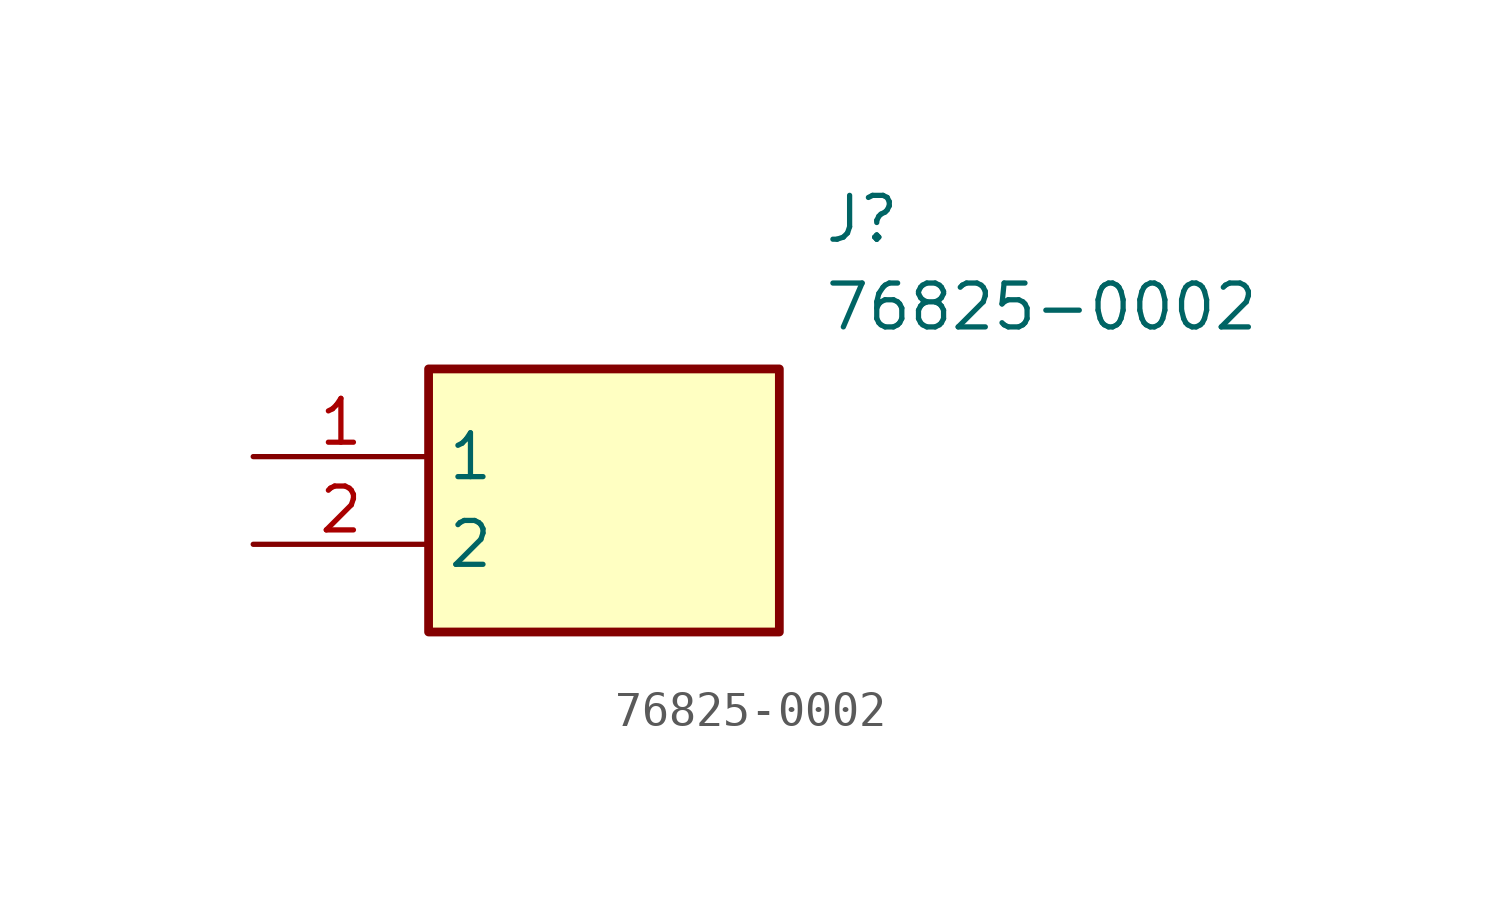
<source format=kicad_sym>
(kicad_symbol_lib
  (version 20211014)
  (generator SamacSys_ECAD_Model)
  (symbol "76825-0002"
    (property "Reference" "J"
      (at 16.51 7.62 0)
      (effects (font (size 1.27 1.27)) (justify left top)))
    (property "Value" "76825-0002"
      (at 16.51 5.08 0)
      (effects (font (size 1.27 1.27)) (justify left top)))
    (rectangle
      (start 5.08 2.54)
      (end 15.24 -5.08)
      (stroke (width 0.254) (type default))
      (fill (type background)))
    (pin passive line
      (at 0 0 0)
      (length 5.08)
      (name "1" (effects (font (size 1.27 1.27))))
      (number "1" (effects (font (size 1.27 1.27)))))
    (pin passive line
      (at 0 -2.54 0)
      (length 5.08)
      (name "2" (effects (font (size 1.27 1.27))))
      (number "2" (effects (font (size 1.27 1.27)))))))
</source>
